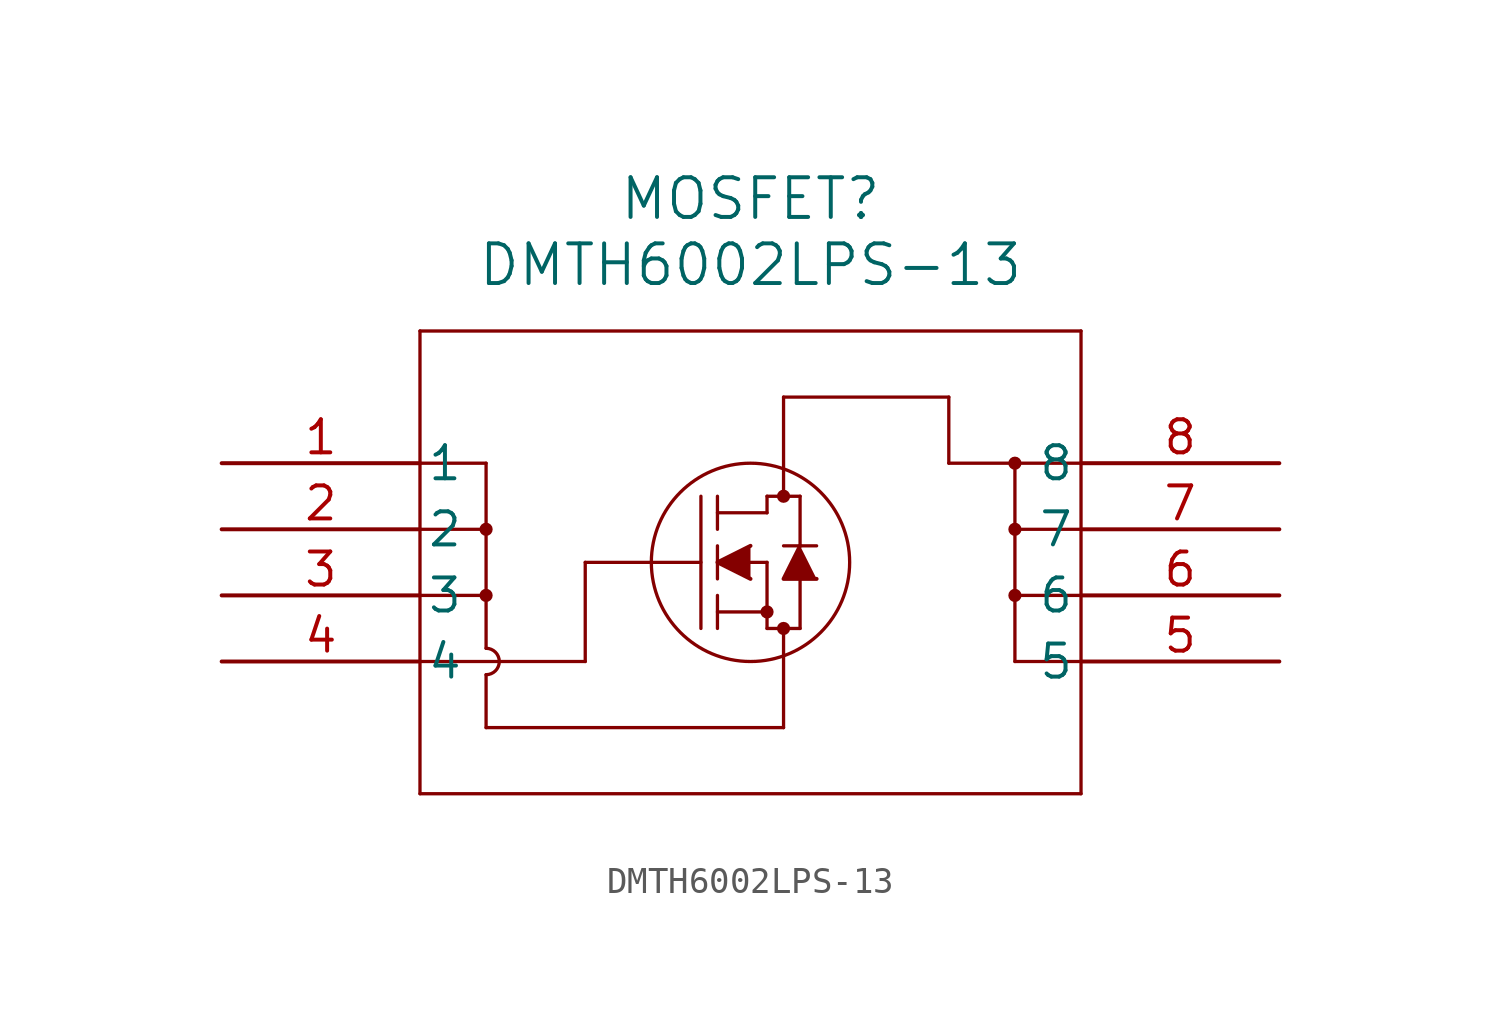
<source format=kicad_sym>
(kicad_symbol_lib
  (version 20211014)
  (generator kicad_symbol_editor)
  (symbol "DMTH6002LPS-13"
    (pin_names
      (offset 0.254))
    (property "Reference" "MOSFET"
      (at 20.32 10.16 0)
      (effects (font (size 1.524 1.524))))
    (property "Value" "DMTH6002LPS-13"
      (at 20.32 7.62 0)
      (effects (font (size 1.524 1.524))))
    (symbol "DMTH6002LPS-13_0_1"
      (polyline (pts (xy 7.62 5.08) (xy 7.62 -12.7)) (stroke (width 0.127) (type default) (color 0 0 0 0)) (fill (type none)))
      (polyline (pts (xy 7.62 -12.7) (xy 33.02 -12.7)) (stroke (width 0.127) (type default) (color 0 0 0 0)) (fill (type none)))
      (polyline (pts (xy 33.02 -12.7) (xy 33.02 5.08)) (stroke (width 0.127) (type default) (color 0 0 0 0)) (fill (type none)))
      (polyline (pts (xy 33.02 5.08) (xy 7.62 5.08)) (stroke (width 0.127) (type default) (color 0 0 0 0)) (fill (type none)))
      (circle (center 21.59 -1.27) (radius 0.127) (stroke (width 0.254) (type default) (color 0 0 0 0)) (fill (type none)))
      (circle (center 21.59 -6.35) (radius 0.127) (stroke (width 0.254) (type default) (color 0 0 0 0)) (fill (type none)))
      (circle (center 20.955 -5.715) (radius 0.127) (stroke (width 0.254) (type default) (color 0 0 0 0)) (fill (type none)))
      (circle (center 20.32 -3.81) (radius 3.81) (stroke (width 0.127) (type default) (color 0 0 0 0)) (fill (type none)))
      (polyline (pts (xy 13.97 -3.81) (xy 18.415 -3.81)) (stroke (width 0.127) (type default) (color 0 0 0 0)) (fill (type none)))
      (polyline (pts (xy 18.415 -6.35) (xy 18.415 -1.27)) (stroke (width 0.127) (type default) (color 0 0 0 0)) (fill (type none)))
      (polyline (pts (xy 19.05 -4.445) (xy 19.05 -3.175)) (stroke (width 0.127) (type default) (color 0 0 0 0)) (fill (type none)))
      (polyline (pts (xy 19.05 -6.35) (xy 19.05 -5.08)) (stroke (width 0.127) (type default) (color 0 0 0 0)) (fill (type none)))
      (polyline (pts (xy 19.05 -2.54) (xy 19.05 -1.27)) (stroke (width 0.127) (type default) (color 0 0 0 0)) (fill (type none)))
      (polyline (pts (xy 20.32 -3.81) (xy 20.955 -3.81)) (stroke (width 0.127) (type default) (color 0 0 0 0)) (fill (type none)))
      (polyline (pts (xy 19.05 -5.715) (xy 20.955 -5.715)) (stroke (width 0.127) (type default) (color 0 0 0 0)) (fill (type none)))
      (polyline (pts (xy 20.955 -6.35) (xy 20.955 -3.81)) (stroke (width 0.127) (type default) (color 0 0 0 0)) (fill (type none)))
      (polyline (pts (xy 20.955 -6.35) (xy 22.225 -6.35)) (stroke (width 0.127) (type default) (color 0 0 0 0)) (fill (type none)))
      (polyline (pts (xy 19.05 -1.905) (xy 20.955 -1.905)) (stroke (width 0.127) (type default) (color 0 0 0 0)) (fill (type none)))
      (polyline (pts (xy 22.225 -3.175) (xy 22.225 -1.27)) (stroke (width 0.127) (type default) (color 0 0 0 0)) (fill (type none)))
      (polyline (pts (xy 22.225 -6.35) (xy 22.225 -4.445)) (stroke (width 0.127) (type default) (color 0 0 0 0)) (fill (type none)))
      (polyline (pts (xy 22.86 -3.175) (xy 21.59 -3.175)) (stroke (width 0.127) (type default) (color 0 0 0 0)) (fill (type none)))
      (polyline (pts (xy 20.955 -1.27) (xy 22.225 -1.27)) (stroke (width 0.127) (type default) (color 0 0 0 0)) (fill (type none)))
      (polyline (pts (xy 20.955 -1.905) (xy 20.955 -1.27)) (stroke (width 0.127) (type default) (color 0 0 0 0)) (fill (type none)))
      (polyline (pts (xy 20.32 -3.175) (xy 19.05 -3.81) (xy 20.32 -4.445)) (stroke (width 0) (type default) (color 0 0 0 0)) (fill (type outline)))
      (polyline (pts (xy 22.86 -4.445) (xy 21.59 -4.445) (xy 22.225 -3.175)) (stroke (width 0) (type default) (color 0 0 0 0)) (fill (type outline)))
      (polyline (pts (xy 7.62 -7.62) (xy 13.97 -7.62)) (stroke (width 0.127) (type default) (color 0 0 0 0)) (fill (type none)))
      (polyline (pts (xy 13.97 -7.62) (xy 13.97 -3.81)) (stroke (width 0.127) (type default) (color 0 0 0 0)) (fill (type none)))
      (polyline (pts (xy 7.62 0) (xy 10.16 0)) (stroke (width 0.127) (type default) (color 0 0 0 0)) (fill (type none)))
      (polyline (pts (xy 7.62 -2.54) (xy 10.16 -2.54)) (stroke (width 0.127) (type default) (color 0 0 0 0)) (fill (type none)))
      (polyline (pts (xy 7.62 -5.08) (xy 10.16 -5.08)) (stroke (width 0.127) (type default) (color 0 0 0 0)) (fill (type none)))
      (polyline (pts (xy 10.16 0) (xy 10.16 -7.112)) (stroke (width 0.127) (type default) (color 0 0 0 0)) (fill (type none)))
      (polyline (pts (xy 10.16 -8.128) (xy 10.16 -10.16)) (stroke (width 0.127) (type default) (color 0 0 0 0)) (fill (type none)))
      (polyline (pts (xy 10.16 -10.16) (xy 21.59 -10.16)) (stroke (width 0.127) (type default) (color 0 0 0 0)) (fill (type none)))
      (polyline (pts (xy 21.59 -10.16) (xy 21.59 -6.35)) (stroke (width 0.127) (type default) (color 0 0 0 0)) (fill (type none)))
      (polyline (pts (xy 33.02 -7.62) (xy 30.48 -7.62)) (stroke (width 0.127) (type default) (color 0 0 0 0)) (fill (type none)))
      (polyline (pts (xy 30.48 -7.62) (xy 30.48 0)) (stroke (width 0.127) (type default) (color 0 0 0 0)) (fill (type none)))
      (polyline (pts (xy 33.02 -5.08) (xy 30.48 -5.08)) (stroke (width 0.127) (type default) (color 0 0 0 0)) (fill (type none)))
      (polyline (pts (xy 33.02 -2.54) (xy 30.48 -2.54)) (stroke (width 0.127) (type default) (color 0 0 0 0)) (fill (type none)))
      (polyline (pts (xy 33.02 0) (xy 27.94 0)) (stroke (width 0.127) (type default) (color 0 0 0 0)) (fill (type none)))
      (polyline (pts (xy 27.94 0) (xy 27.94 2.54)) (stroke (width 0.127) (type default) (color 0 0 0 0)) (fill (type none)))
      (polyline (pts (xy 27.94 2.54) (xy 21.59 2.54)) (stroke (width 0.127) (type default) (color 0 0 0 0)) (fill (type none)))
      (polyline (pts (xy 21.59 2.54) (xy 21.59 -1.27)) (stroke (width 0.127) (type default) (color 0 0 0 0)) (fill (type none)))
      (arc (start 10.16 -8.128) (mid 10.668 -7.62) (end 10.16 -7.112) (stroke (width 0.127) (type default) (color 0 0 0 0)) (fill (type none)))
      (circle (center 10.16 -2.54) (radius 0.127) (stroke (width 0.254) (type default) (color 0 0 0 0)) (fill (type none)))
      (circle (center 10.16 -5.08) (radius 0.127) (stroke (width 0.254) (type default) (color 0 0 0 0)) (fill (type none)))
      (circle (center 30.48 0) (radius 0.127) (stroke (width 0.254) (type default) (color 0 0 0 0)) (fill (type none)))
      (circle (center 30.48 -2.54) (radius 0.127) (stroke (width 0.254) (type default) (color 0 0 0 0)) (fill (type none)))
      (circle (center 30.48 -5.08) (radius 0.127) (stroke (width 0.254) (type default) (color 0 0 0 0)) (fill (type none)))
      (pin unspecified line (at 0 0 0) (length 7.62) (name "1" (effects (font (size 1.27 1.27)))) (number "1" (effects (font (size 1.27 1.27)))))
      (pin unspecified line (at 0 -2.54 0) (length 7.62) (name "2" (effects (font (size 1.27 1.27)))) (number "2" (effects (font (size 1.27 1.27)))))
      (pin unspecified line (at 0 -5.08 0) (length 7.62) (name "3" (effects (font (size 1.27 1.27)))) (number "3" (effects (font (size 1.27 1.27)))))
      (pin unspecified line (at 0 -7.62 0) (length 7.62) (name "4" (effects (font (size 1.27 1.27)))) (number "4" (effects (font (size 1.27 1.27)))))
      (pin unspecified line (at 40.64 -7.62 180) (length 7.62) (name "5" (effects (font (size 1.27 1.27)))) (number "5" (effects (font (size 1.27 1.27)))))
      (pin unspecified line (at 40.64 -5.08 180) (length 7.62) (name "6" (effects (font (size 1.27 1.27)))) (number "6" (effects (font (size 1.27 1.27)))))
      (pin unspecified line (at 40.64 -2.54 180) (length 7.62) (name "7" (effects (font (size 1.27 1.27)))) (number "7" (effects (font (size 1.27 1.27)))))
      (pin unspecified line (at 40.64 0 180) (length 7.62) (name "8" (effects (font (size 1.27 1.27)))) (number "8" (effects (font (size 1.27 1.27))))))))
</source>
